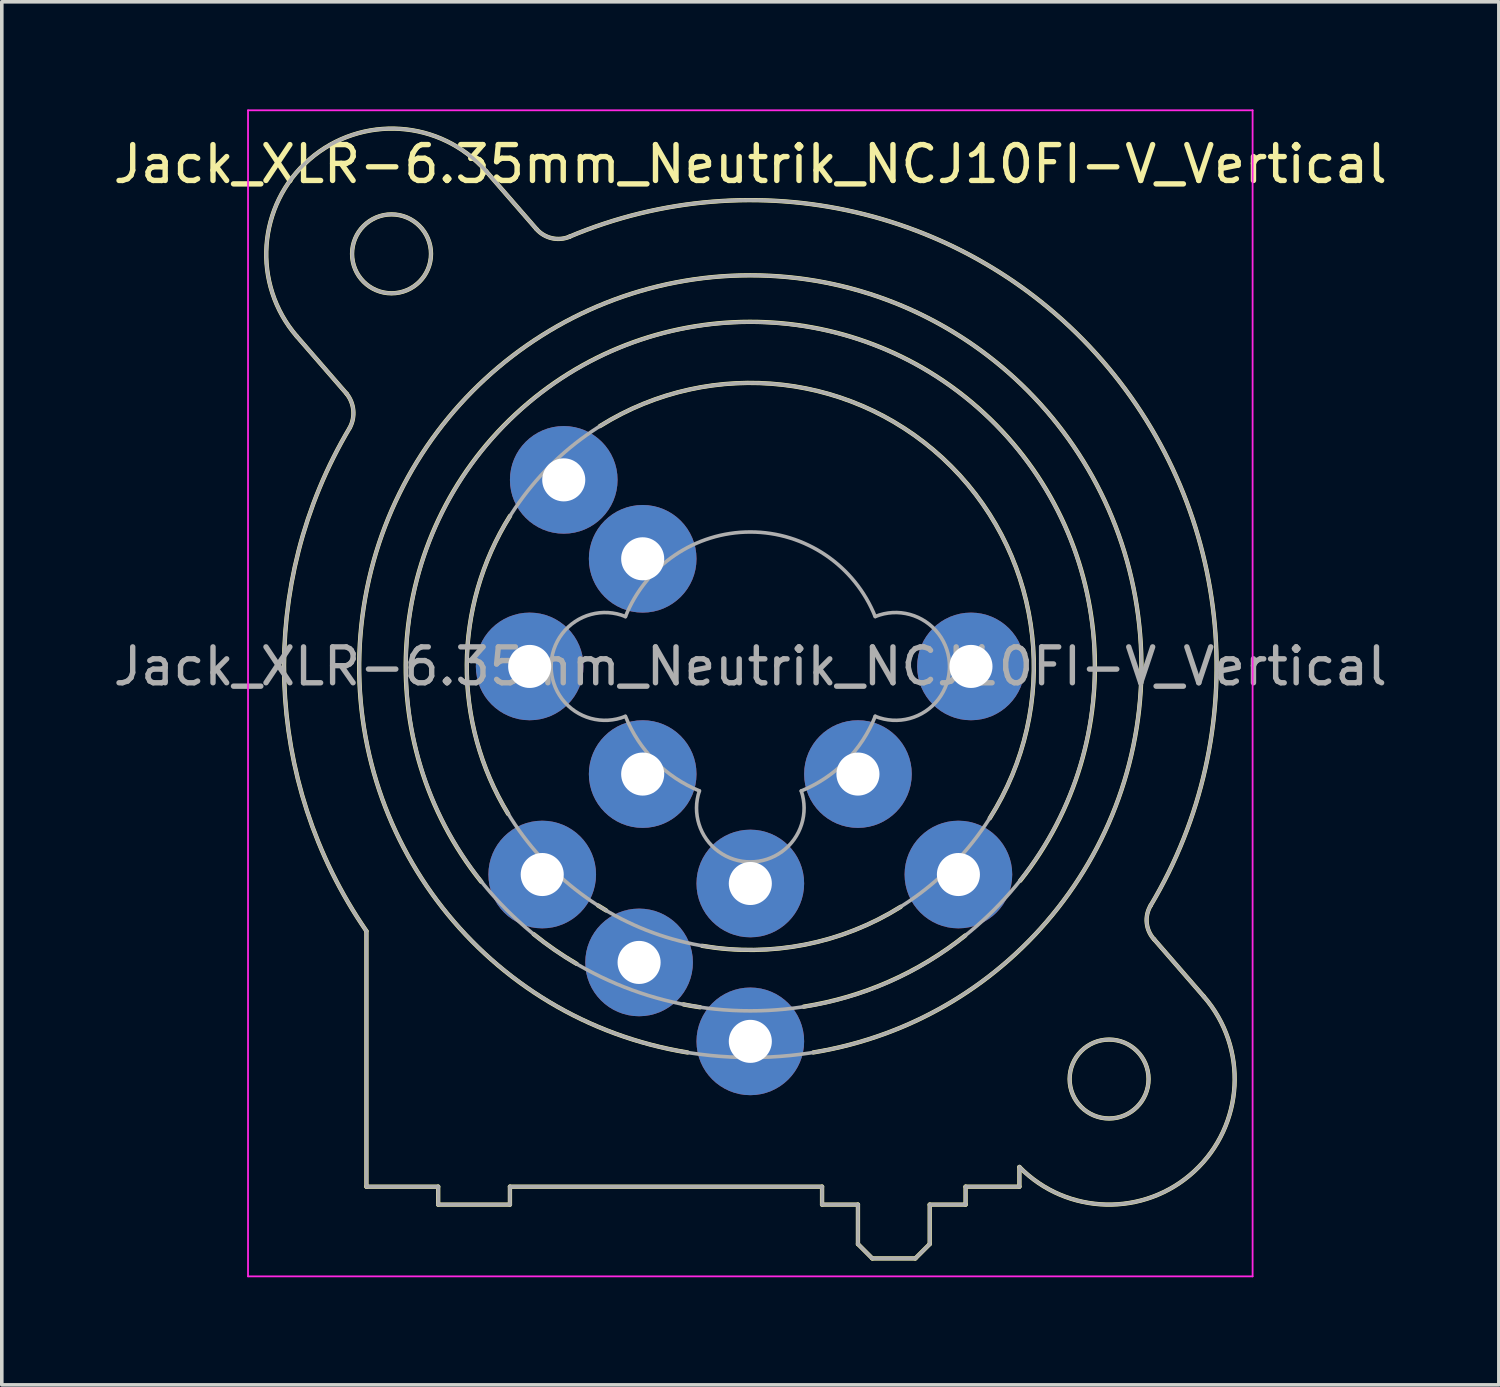
<source format=kicad_pcb>
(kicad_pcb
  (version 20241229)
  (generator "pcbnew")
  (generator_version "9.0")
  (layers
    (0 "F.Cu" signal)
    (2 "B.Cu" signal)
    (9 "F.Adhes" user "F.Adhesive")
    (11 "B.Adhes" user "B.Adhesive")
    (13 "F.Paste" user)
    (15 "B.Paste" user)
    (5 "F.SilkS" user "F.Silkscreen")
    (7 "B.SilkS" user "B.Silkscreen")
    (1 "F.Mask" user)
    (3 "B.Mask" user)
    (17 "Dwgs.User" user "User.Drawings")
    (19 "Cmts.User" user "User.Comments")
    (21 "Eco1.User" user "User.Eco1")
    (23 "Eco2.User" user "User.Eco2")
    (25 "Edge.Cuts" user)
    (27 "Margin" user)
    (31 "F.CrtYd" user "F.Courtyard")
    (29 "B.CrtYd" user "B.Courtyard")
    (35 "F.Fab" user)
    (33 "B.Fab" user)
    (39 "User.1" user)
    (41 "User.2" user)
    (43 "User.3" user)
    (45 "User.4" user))
  (footprint "Jack_XLR-6.35mm_Neutrik_NCJ10FI-V_Vertical"
    (layer "F.Cu")
    (at 24.013 15.525)
    (property "Reference" "Jack_XLR-6.35mm_Neutrik_NCJ10FI-V_Vertical" (at -6.15 -14 0) (layer "F.SilkS") (effects (font (size 1 1) (thickness 0.15))))
    (attr through_hole)
    (fp_line (start -17.4 -7.6) (end -18.79 -9.2) (stroke (width 0.12) (type solid)) (layer "F.SilkS"))
    (fp_line (start -16.85 14.5) (end -16.85 7.38) (stroke (width 0.12) (type solid)) (layer "F.SilkS"))
    (fp_line (start -14.85 14.5) (end -16.85 14.5) (stroke (width 0.12) (type solid)) (layer "F.SilkS"))
    (fp_line (start -14.85 14.5) (end -14.85 15) (stroke (width 0.12) (type solid)) (layer "F.SilkS"))
    (fp_line (start -13.51 -13.8) (end -12.11 -12.19) (stroke (width 0.12) (type solid)) (layer "F.SilkS"))
    (fp_line (start -12.85 14.5) (end -12.85 15) (stroke (width 0.12) (type solid)) (layer "F.SilkS"))
    (fp_line (start -12.85 15) (end -14.85 15) (stroke (width 0.12) (type solid)) (layer "F.SilkS"))
    (fp_line (start -4.15 14.5) (end -12.85 14.5) (stroke (width 0.12) (type solid)) (layer "F.SilkS"))
    (fp_line (start -4.15 14.5) (end -4.15 15) (stroke (width 0.12) (type solid)) (layer "F.SilkS"))
    (fp_line (start -3.15 15) (end -4.15 15) (stroke (width 0.12) (type solid)) (layer "F.SilkS"))
    (fp_line (start -3.15 15) (end -3.15 16.1) (stroke (width 0.12) (type solid)) (layer "F.SilkS"))
    (fp_line (start -3.15 16.1) (end -2.75 16.5) (stroke (width 0.12) (type solid)) (layer "F.SilkS"))
    (fp_line (start -1.55 16.5) (end -2.75 16.5) (stroke (width 0.12) (type solid)) (layer "F.SilkS"))
    (fp_line (start -1.15 15) (end -1.15 16.1) (stroke (width 0.12) (type solid)) (layer "F.SilkS"))
    (fp_line (start -1.15 16.1) (end -1.55 16.5) (stroke (width 0.12) (type solid)) (layer "F.SilkS"))
    (fp_line (start -0.15 14.5) (end -0.15 15) (stroke (width 0.12) (type solid)) (layer "F.SilkS"))
    (fp_line (start -0.15 15) (end -1.15 15) (stroke (width 0.12) (type solid)) (layer "F.SilkS"))
    (fp_line (start 1.35 13.95) (end 1.35 14.5) (stroke (width 0.12) (type solid)) (layer "F.SilkS"))
    (fp_line (start 1.35 14.5) (end -0.15 14.5) (stroke (width 0.12) (type solid)) (layer "F.SilkS"))
    (fp_line (start 5.1 7.6) (end 6.49 9.2) (stroke (width 0.12) (type solid)) (layer "F.SilkS"))
    (fp_arc (start -18.79 -9.2) (mid -18.45 -14.14) (end -13.51 -13.8) (stroke (width 0.12) (type solid)) (layer "F.SilkS"))
    (fp_arc (start -17.400452 -7.59955) (mid -17.216295 -7.14315) (end -17.31 -6.66) (stroke (width 0.12) (type solid)) (layer "F.SilkS"))
    (fp_arc (start -16.851206 7.374645) (mid -19.139261 0.42462) (end -17.31 -6.66) (stroke (width 0.12) (type solid)) (layer "F.SilkS"))
    (fp_arc (start -13.65 6) (mid -6.168408 -9.604669) (end 1.372943 5.971208) (stroke (width 0.12) (type solid)) (layer "F.SilkS"))
    (fp_arc (start -12.9 4.11) (mid -14.052663 -0.0501) (end -12.847348 -4.195251) (stroke (width 0.12) (type solid)) (layer "F.SilkS"))
    (fp_arc (start -11.201352 -11.974349) (mid 3.655031 -8.530097) (end 5.01 6.66) (stroke (width 0.12) (type solid)) (layer "F.SilkS"))
    (fp_arc (start -11.177539 -11.981856) (mid -11.677484 -11.93489) (end -12.11 -12.19) (stroke (width 0.12) (type solid)) (layer "F.SilkS"))
    (fp_arc (start -10.99 8.29) (mid -11.604845 7.89901) (end -12.188263 7.462512) (stroke (width 0.12) (type solid)) (layer "F.SilkS"))
    (fp_arc (start -10.34 -6.7) (mid -0.544787 -5.570251) (end 0.523653 4.231839) (stroke (width 0.12) (type solid)) (layer "F.SilkS"))
    (fp_arc (start -10.17 6.8) (mid -10.28219 6.732414) (end -10.393245 6.662978) (stroke (width 0.12) (type solid)) (layer "F.SilkS"))
    (fp_arc (start -7.9 10.76) (mid -6.152346 -10.90138) (end -4.395368 10.759246) (stroke (width 0.12) (type solid)) (layer "F.SilkS"))
    (fp_arc (start -7.55 9.5) (mid -7.781688 9.462959) (end -8.012401 9.420269) (stroke (width 0.12) (type solid)) (layer "F.SilkS"))
    (fp_arc (start -1.96 6.7) (mid -4.625828 7.753902) (end -7.492223 7.78746) (stroke (width 0.12) (type solid)) (layer "F.SilkS"))
    (fp_arc (start -0.16 7.5) (mid -2.282236 8.784674) (end -4.662837 9.482534) (stroke (width 0.12) (type solid)) (layer "F.SilkS"))
    (fp_arc (start 5.109394 7.611661) (mid 4.900255 7.152483) (end 5.01 6.66) (stroke (width 0.12) (type solid)) (layer "F.SilkS"))
    (fp_arc (start 6.49 9.2) (mid 6.227307 14.070606) (end 1.351052 13.95252) (stroke (width 0.12) (type solid)) (layer "F.SilkS"))
    (fp_circle (center -16.15 -11.5) (end -15.05 -11.5) (stroke (width 0.12) (type solid)) (fill no) (layer "F.SilkS"))
    (fp_circle (center 3.85 11.5) (end 4.95 11.5) (stroke (width 0.12) (type solid)) (fill no) (layer "F.SilkS"))
    (fp_line (start -20.15 -15.5) (end 7.85 -15.5) (stroke (width 0.05) (type solid)) (layer "F.CrtYd"))
    (fp_line (start -20.15 17) (end -20.15 -15.5) (stroke (width 0.05) (type solid)) (layer "F.CrtYd"))
    (fp_line (start 7.85 -15.5) (end 7.85 17) (stroke (width 0.05) (type solid)) (layer "F.CrtYd"))
    (fp_line (start 7.85 17) (end -20.15 17) (stroke (width 0.05) (type solid)) (layer "F.CrtYd"))
    (fp_line (start -17.4 -7.6) (end -18.79 -9.2) (stroke (width 0.1) (type solid)) (layer "F.Fab"))
    (fp_line (start -16.85 14.5) (end -16.85 7.38) (stroke (width 0.1) (type solid)) (layer "F.Fab"))
    (fp_line (start -14.85 14.5) (end -16.85 14.5) (stroke (width 0.1) (type solid)) (layer "F.Fab"))
    (fp_line (start -14.85 14.5) (end -14.85 15) (stroke (width 0.1) (type solid)) (layer "F.Fab"))
    (fp_line (start -13.51 -13.8) (end -12.11 -12.19) (stroke (width 0.1) (type solid)) (layer "F.Fab"))
    (fp_line (start -12.85 14.5) (end -12.85 15) (stroke (width 0.1) (type solid)) (layer "F.Fab"))
    (fp_line (start -12.85 15) (end -14.85 15) (stroke (width 0.1) (type solid)) (layer "F.Fab"))
    (fp_line (start -4.15 14.5) (end -12.85 14.5) (stroke (width 0.1) (type solid)) (layer "F.Fab"))
    (fp_line (start -4.15 14.5) (end -4.15 15) (stroke (width 0.1) (type solid)) (layer "F.Fab"))
    (fp_line (start -3.15 15) (end -4.15 15) (stroke (width 0.1) (type solid)) (layer "F.Fab"))
    (fp_line (start -3.15 15) (end -3.15 16.1) (stroke (width 0.1) (type solid)) (layer "F.Fab"))
    (fp_line (start -3.15 16.1) (end -2.75 16.5) (stroke (width 0.1) (type solid)) (layer "F.Fab"))
    (fp_line (start -1.55 16.5) (end -2.75 16.5) (stroke (width 0.1) (type solid)) (layer "F.Fab"))
    (fp_line (start -1.15 15) (end -1.15 16.1) (stroke (width 0.1) (type solid)) (layer "F.Fab"))
    (fp_line (start -1.15 16.1) (end -1.55 16.5) (stroke (width 0.1) (type solid)) (layer "F.Fab"))
    (fp_line (start -0.15 14.5) (end -0.15 15) (stroke (width 0.1) (type solid)) (layer "F.Fab"))
    (fp_line (start -0.15 15) (end -1.15 15) (stroke (width 0.1) (type solid)) (layer "F.Fab"))
    (fp_line (start 1.35 13.95) (end 1.35 14.5) (stroke (width 0.1) (type solid)) (layer "F.Fab"))
    (fp_line (start 1.35 14.5) (end -0.15 14.5) (stroke (width 0.1) (type solid)) (layer "F.Fab"))
    (fp_line (start 5.1 7.6) (end 6.49 9.2) (stroke (width 0.1) (type solid)) (layer "F.Fab"))
    (fp_arc (start -18.79 -9.2) (mid -18.45 -14.14) (end -13.51 -13.8) (stroke (width 0.1) (type solid)) (layer "F.Fab"))
    (fp_arc (start -17.400452 -7.59955) (mid -17.216295 -7.14315) (end -17.31 -6.66) (stroke (width 0.1) (type solid)) (layer "F.Fab"))
    (fp_arc (start -16.851206 7.374645) (mid -19.139261 0.42462) (end -17.31 -6.66) (stroke (width 0.1) (type solid)) (layer "F.Fab"))
    (fp_arc (start -11.201352 -11.974349) (mid 3.655031 -8.530097) (end 5.01 6.66) (stroke (width 0.1) (type solid)) (layer "F.Fab"))
    (fp_arc (start -11.177539 -11.981856) (mid -11.677484 -11.93489) (end -12.11 -12.19) (stroke (width 0.1) (type solid)) (layer "F.Fab"))
    (fp_arc (start -9.634717 1.391925) (mid -11.702329 -0.002547) (end -9.63 -1.39) (stroke (width 0.1) (type solid)) (layer "F.Fab"))
    (fp_arc (start -9.631116 -1.387204) (mid -6.151505 -3.747333) (end -2.67 -1.39) (stroke (width 0.1) (type solid)) (layer "F.Fab"))
    (fp_arc (start -7.567529 3.468878) (mid -8.810241 2.639246) (end -9.63 1.39) (stroke (width 0.1) (type solid)) (layer "F.Fab"))
    (fp_arc (start -4.729599 3.471189) (mid -6.150627 5.448932) (end -7.57 3.47) (stroke (width 0.1) (type solid)) (layer "F.Fab"))
    (fp_arc (start -2.667476 1.389002) (mid -3.487046 2.639314) (end -4.73 3.47) (stroke (width 0.1) (type solid)) (layer "F.Fab"))
    (fp_arc (start -2.665283 -1.391925) (mid -0.597671 0.002547) (end -2.67 1.39) (stroke (width 0.1) (type solid)) (layer "F.Fab"))
    (fp_arc (start 5.109394 7.611661) (mid 4.900255 7.152483) (end 5.01 6.66) (stroke (width 0.1) (type solid)) (layer "F.Fab"))
    (fp_arc (start 6.49 9.2) (mid 6.227307 14.070606) (end 1.351052 13.95252) (stroke (width 0.1) (type solid)) (layer "F.Fab"))
    (fp_circle (center -16.15 -11.5) (end -15.05 -11.5) (stroke (width 0.1) (type solid)) (fill no) (layer "F.Fab"))
    (fp_circle (center -6.15 0) (end 1.75 0) (stroke (width 0.1) (type solid)) (fill no) (layer "F.Fab"))
    (fp_circle (center -6.15 0) (end 3.45 0) (stroke (width 0.1) (type solid)) (fill no) (layer "F.Fab"))
    (fp_circle (center -6.15 0) (end 4.75 0) (stroke (width 0.1) (type solid)) (fill no) (layer "F.Fab"))
    (fp_circle (center 3.85 11.5) (end 4.95 11.5) (stroke (width 0.1) (type solid)) (fill no) (layer "F.Fab"))
    (fp_text user "${REFERENCE}" (at -6.15 0 0) (layer "F.Fab") (effects (font (size 1 1) (thickness 0.15))))
    (pad "1" thru_hole circle (at 0 0) (size 3 3) (drill 1.2) (layers "*.Cu" "*.Mask"))
    (pad "2" thru_hole circle (at -12.3 0) (size 3 3) (drill 1.2) (layers "*.Cu" "*.Mask"))
    (pad "3" thru_hole circle (at -6.15 6.05) (size 3 3) (drill 1.2) (layers "*.Cu" "*.Mask"))
    (pad "G" thru_hole circle (at -6.15 10.45) (size 3 3) (drill 1.2) (layers "*.Cu" "*.Mask"))
    (pad "GN" thru_hole circle (at -9.25 8.25) (size 3 3) (drill 1.2) (layers "*.Cu" "*.Mask"))
    (pad "R" thru_hole circle (at -0.35 5.8) (size 3 3) (drill 1.2) (layers "*.Cu" "*.Mask"))
    (pad "RN" thru_hole circle (at -3.15 3) (size 3 3) (drill 1.2) (layers "*.Cu" "*.Mask"))
    (pad "S" thru_hole circle (at -11.95 5.8) (size 3 3) (drill 1.2) (layers "*.Cu" "*.Mask"))
    (pad "SN" thru_hole circle (at -9.15 3) (size 3 3) (drill 1.2) (layers "*.Cu" "*.Mask"))
    (pad "T" thru_hole circle (at -11.35 -5.2) (size 3 3) (drill 1.2) (layers "*.Cu" "*.Mask"))
    (pad "TN" thru_hole circle (at -9.15 -3) (size 3 3) (drill 1.2) (layers "*.Cu" "*.Mask")))
  (gr_rect
    (start -3 -3)
    (end 38.726 35.55)
    (stroke (width 0.1) (type default))
    (fill no)
    (layer "Edge.Cuts")))
</source>
